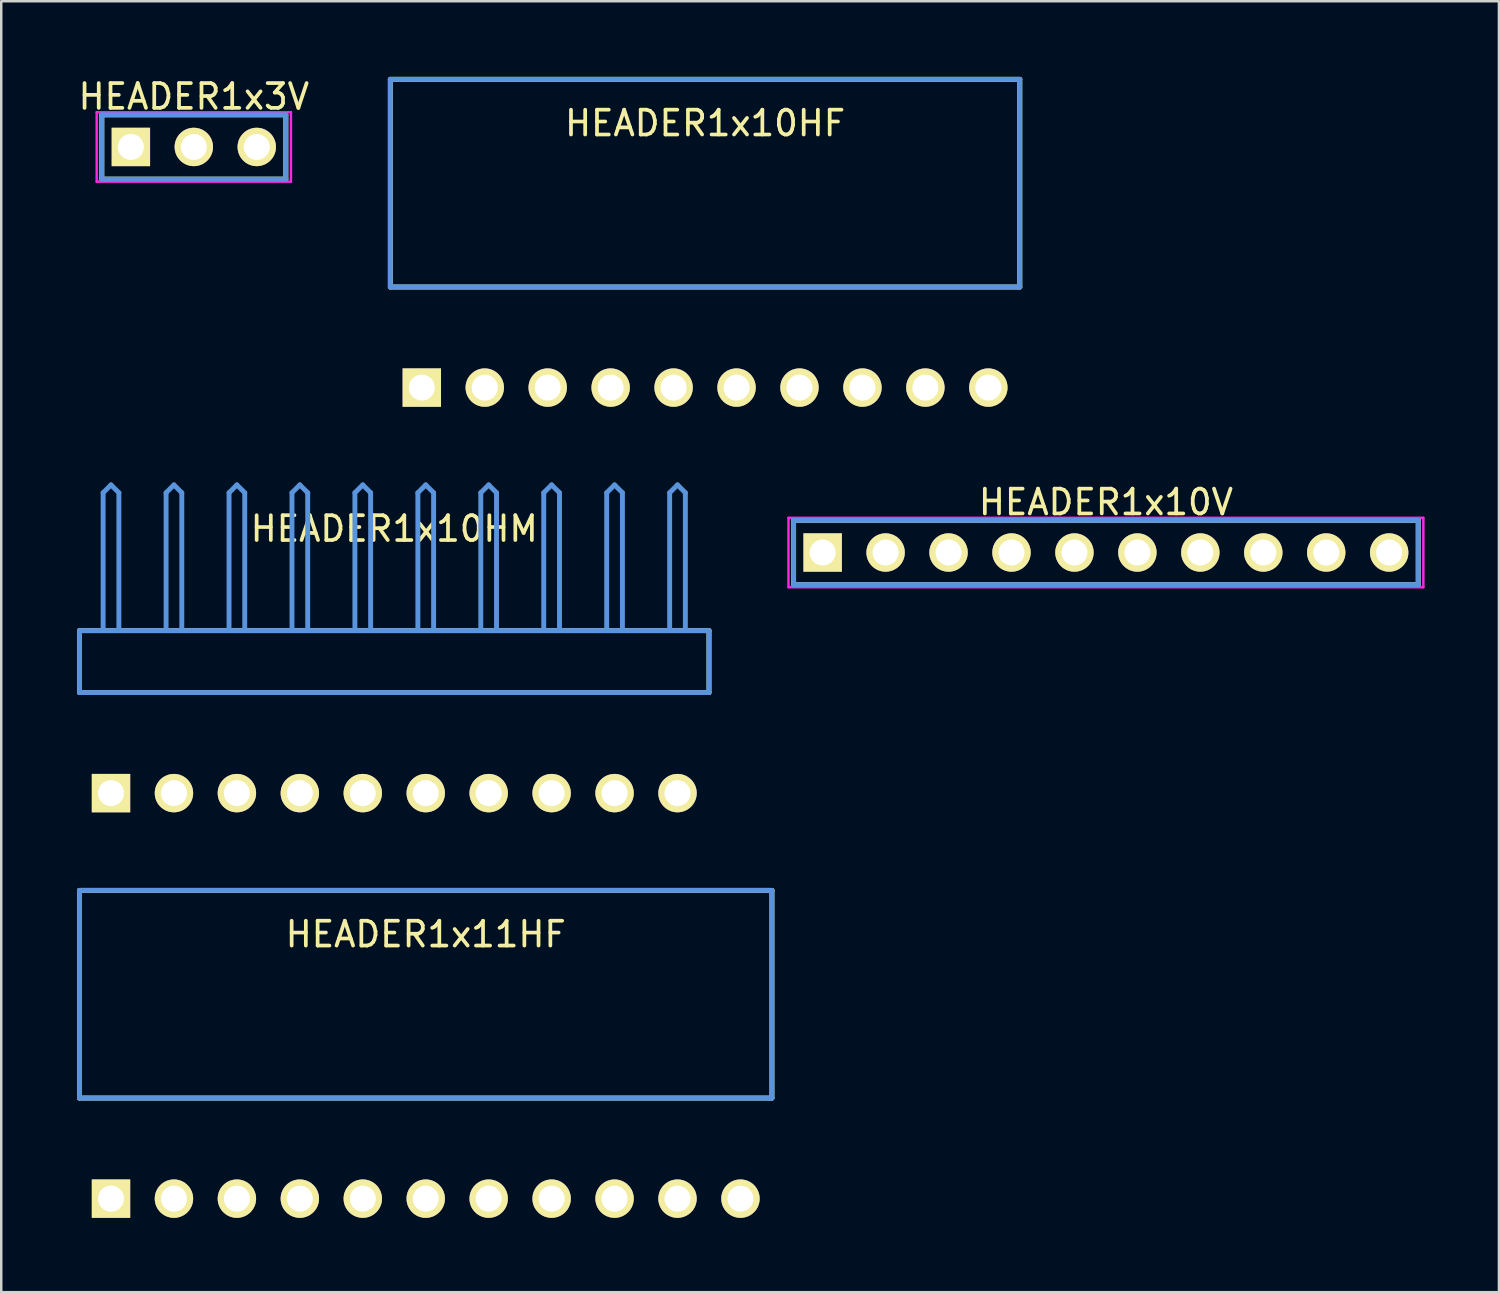
<source format=kicad_pcb>
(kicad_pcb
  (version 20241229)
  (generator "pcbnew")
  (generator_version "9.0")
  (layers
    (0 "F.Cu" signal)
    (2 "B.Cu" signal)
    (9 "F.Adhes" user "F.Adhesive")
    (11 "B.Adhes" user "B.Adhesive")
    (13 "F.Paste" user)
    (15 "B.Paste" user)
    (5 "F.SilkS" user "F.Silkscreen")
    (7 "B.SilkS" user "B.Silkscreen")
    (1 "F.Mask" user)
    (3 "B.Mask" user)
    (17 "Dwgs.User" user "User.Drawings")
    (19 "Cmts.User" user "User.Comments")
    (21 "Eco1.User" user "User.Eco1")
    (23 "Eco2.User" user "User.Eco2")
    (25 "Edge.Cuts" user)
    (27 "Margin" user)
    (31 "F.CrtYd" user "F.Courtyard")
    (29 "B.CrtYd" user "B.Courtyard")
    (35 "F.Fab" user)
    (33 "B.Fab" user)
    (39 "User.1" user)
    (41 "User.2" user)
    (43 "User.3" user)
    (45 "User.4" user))
  (footprint "HEADER1x10V"
    (layer "F.Cu")
    (at 30.146 19.245)
    (property "Reference" "HEADER1x10V" (at 11.43 -2.032 0) (layer "F.SilkS") (effects (font (size 1.001 1.001) (thickness 0.15))))
    (attr through_hole)
    (fp_line (start -1.173 -1.298) (end -1.173 1.298) (stroke (width 0.198) (type solid)) (layer "F.SilkS"))
    (fp_line (start -1.173 1.298) (end 24.033 1.298) (stroke (width 0.198) (type solid)) (layer "F.SilkS"))
    (fp_line (start 24.033 -1.298) (end -1.173 -1.298) (stroke (width 0.198) (type solid)) (layer "F.SilkS"))
    (fp_line (start 24.033 1.298) (end 24.033 -1.298) (stroke (width 0.198) (type solid)) (layer "F.SilkS"))
    (fp_line (start -1.173 -1.298) (end -1.173 1.298) (stroke (width 0.198) (type solid)) (layer "Cmts.User"))
    (fp_line (start -1.173 1.298) (end 24.033 1.298) (stroke (width 0.198) (type solid)) (layer "Cmts.User"))
    (fp_line (start 24.033 -1.298) (end -1.173 -1.298) (stroke (width 0.198) (type solid)) (layer "Cmts.User"))
    (fp_line (start 24.033 1.298) (end 24.033 -1.298) (stroke (width 0.198) (type solid)) (layer "Cmts.User"))
    (fp_line (start -1.379 -1.4) (end -1.379 1.4) (stroke (width 0.099) (type solid)) (layer "F.CrtYd"))
    (fp_line (start -1.379 1.4) (end 24.239 1.4) (stroke (width 0.099) (type solid)) (layer "F.CrtYd"))
    (fp_line (start 24.239 -1.4) (end -1.379 -1.4) (stroke (width 0.099) (type solid)) (layer "F.CrtYd"))
    (fp_line (start 24.239 1.4) (end 24.239 -1.4) (stroke (width 0.099) (type solid)) (layer "F.CrtYd"))
    (pad "1" thru_hole rect (at 0 0) (size 1.549 1.549) (drill 1.049) (layers "*.Cu" "*.Mask" "F.SilkS"))
    (pad "2" thru_hole circle (at 2.54 0) (size 1.549 1.549) (drill 1.049) (layers "*.Cu" "*.Mask" "F.SilkS"))
    (pad "3" thru_hole circle (at 5.08 0) (size 1.549 1.549) (drill 1.049) (layers "*.Cu" "*.Mask" "F.SilkS"))
    (pad "4" thru_hole circle (at 7.62 0) (size 1.549 1.549) (drill 1.049) (layers "*.Cu" "*.Mask" "F.SilkS"))
    (pad "5" thru_hole circle (at 10.16 0) (size 1.549 1.549) (drill 1.049) (layers "*.Cu" "*.Mask" "F.SilkS"))
    (pad "6" thru_hole circle (at 12.7 0) (size 1.549 1.549) (drill 1.049) (layers "*.Cu" "*.Mask" "F.SilkS"))
    (pad "7" thru_hole circle (at 15.24 0) (size 1.549 1.549) (drill 1.049) (layers "*.Cu" "*.Mask" "F.SilkS"))
    (pad "8" thru_hole circle (at 17.78 0) (size 1.549 1.549) (drill 1.049) (layers "*.Cu" "*.Mask" "F.SilkS"))
    (pad "9" thru_hole circle (at 20.32 0) (size 1.549 1.549) (drill 1.049) (layers "*.Cu" "*.Mask" "F.SilkS"))
    (pad "10" thru_hole circle (at 22.86 0) (size 1.549 1.549) (drill 1.049) (layers "*.Cu" "*.Mask" "F.SilkS")))
  (footprint "HEADER1x11HF"
    (layer "F.Cu")
    (at 1.429 45.318)
    (property "Reference" "HEADER1x11HF" (at 12.7 -10.668 0) (layer "F.SilkS") (effects (font (size 1.001 1.001) (thickness 0.15))))
    (attr through_hole)
    (fp_line (start -1.27 -12.438) (end -1.27 -4.059) (stroke (width 0.198) (type solid)) (layer "F.SilkS"))
    (fp_line (start -1.27 -4.059) (end 26.67 -4.059) (stroke (width 0.198) (type solid)) (layer "F.SilkS"))
    (fp_line (start 26.67 -12.438) (end -1.27 -12.438) (stroke (width 0.198) (type solid)) (layer "F.SilkS"))
    (fp_line (start 26.67 -4.059) (end 26.67 -12.438) (stroke (width 0.198) (type solid)) (layer "F.SilkS"))
    (fp_line (start -1.27 -12.438) (end -1.27 -4.059) (stroke (width 0.198) (type solid)) (layer "Cmts.User"))
    (fp_line (start -1.27 -4.059) (end 26.67 -4.059) (stroke (width 0.198) (type solid)) (layer "Cmts.User"))
    (fp_line (start 26.67 -12.438) (end -1.27 -12.438) (stroke (width 0.198) (type solid)) (layer "Cmts.User"))
    (fp_line (start 26.67 -4.059) (end 26.67 -12.438) (stroke (width 0.198) (type solid)) (layer "Cmts.User"))
    (fp_line (start -1.379 -12.54) (end 26.779 -12.54) (stroke (width 0.099) (type solid)) (layer "Eco1.User"))
    (fp_line (start -1.379 -1.14) (end -1.379 -12.54) (stroke (width 0.099) (type solid)) (layer "Eco1.User"))
    (fp_line (start 26.779 -12.54) (end 26.779 -1.14) (stroke (width 0.099) (type solid)) (layer "Eco1.User"))
    (fp_line (start 26.779 -1.14) (end -1.379 -1.14) (stroke (width 0.099) (type solid)) (layer "Eco1.User"))
    (pad "1" thru_hole rect (at 0 0) (size 1.549 1.549) (drill 1.049) (layers "*.Cu" "*.Mask" "F.SilkS"))
    (pad "2" thru_hole circle (at 2.54 0) (size 1.549 1.549) (drill 1.049) (layers "*.Cu" "*.Mask" "F.SilkS"))
    (pad "3" thru_hole circle (at 5.08 0) (size 1.549 1.549) (drill 1.049) (layers "*.Cu" "*.Mask" "F.SilkS"))
    (pad "4" thru_hole circle (at 7.62 0) (size 1.549 1.549) (drill 1.049) (layers "*.Cu" "*.Mask" "F.SilkS"))
    (pad "5" thru_hole circle (at 10.16 0) (size 1.549 1.549) (drill 1.049) (layers "*.Cu" "*.Mask" "F.SilkS"))
    (pad "6" thru_hole circle (at 12.7 0) (size 1.549 1.549) (drill 1.049) (layers "*.Cu" "*.Mask" "F.SilkS"))
    (pad "7" thru_hole circle (at 15.24 0) (size 1.549 1.549) (drill 1.049) (layers "*.Cu" "*.Mask" "F.SilkS"))
    (pad "8" thru_hole circle (at 17.78 0) (size 1.549 1.549) (drill 1.049) (layers "*.Cu" "*.Mask" "F.SilkS"))
    (pad "9" thru_hole circle (at 20.32 0) (size 1.549 1.549) (drill 1.049) (layers "*.Cu" "*.Mask" "F.SilkS"))
    (pad "10" thru_hole circle (at 22.86 0) (size 1.549 1.549) (drill 1.049) (layers "*.Cu" "*.Mask" "F.SilkS"))
    (pad "11" thru_hole circle (at 25.4 0) (size 1.549 1.549) (drill 1.049) (layers "*.Cu" "*.Mask" "F.SilkS")))
  (footprint "HEADER1x10HM"
    (layer "F.Cu")
    (at 1.429 28.954)
    (property "Reference" "HEADER1x10HM" (at 11.43 -10.668 0) (layer "F.SilkS") (effects (font (size 1.001 1.001) (thickness 0.15))))
    (attr through_hole)
    (fp_line (start -1.27 -6.558) (end -1.27 -4.059) (stroke (width 0.198) (type solid)) (layer "F.SilkS"))
    (fp_line (start -1.27 -4.059) (end 24.13 -4.059) (stroke (width 0.198) (type solid)) (layer "F.SilkS"))
    (fp_line (start 24.13 -6.558) (end -1.27 -6.558) (stroke (width 0.198) (type solid)) (layer "F.SilkS"))
    (fp_line (start 24.13 -4.059) (end 24.13 -6.558) (stroke (width 0.198) (type solid)) (layer "F.SilkS"))
    (fp_line (start -1.27 -6.558) (end -1.27 -4.059) (stroke (width 0.198) (type solid)) (layer "Cmts.User"))
    (fp_line (start -1.27 -4.059) (end 24.13 -4.059) (stroke (width 0.198) (type solid)) (layer "Cmts.User"))
    (fp_line (start -0.318 -12.121) (end 0 -12.438) (stroke (width 0.198) (type solid)) (layer "Cmts.User"))
    (fp_line (start -0.318 -6.599) (end -0.318 -12.121) (stroke (width 0.198) (type solid)) (layer "Cmts.User"))
    (fp_line (start 0.318 -12.121) (end 0 -12.438) (stroke (width 0.198) (type solid)) (layer "Cmts.User"))
    (fp_line (start 0.318 -6.599) (end 0.318 -12.121) (stroke (width 0.198) (type solid)) (layer "Cmts.User"))
    (fp_line (start 2.223 -12.121) (end 2.54 -12.438) (stroke (width 0.198) (type solid)) (layer "Cmts.User"))
    (fp_line (start 2.223 -6.599) (end 2.223 -12.121) (stroke (width 0.198) (type solid)) (layer "Cmts.User"))
    (fp_line (start 2.857 -12.121) (end 2.54 -12.438) (stroke (width 0.198) (type solid)) (layer "Cmts.User"))
    (fp_line (start 2.857 -6.599) (end 2.857 -12.121) (stroke (width 0.198) (type solid)) (layer "Cmts.User"))
    (fp_line (start 4.763 -12.121) (end 5.08 -12.438) (stroke (width 0.198) (type solid)) (layer "Cmts.User"))
    (fp_line (start 4.763 -6.599) (end 4.763 -12.121) (stroke (width 0.198) (type solid)) (layer "Cmts.User"))
    (fp_line (start 5.397 -12.121) (end 5.08 -12.438) (stroke (width 0.198) (type solid)) (layer "Cmts.User"))
    (fp_line (start 5.397 -6.599) (end 5.397 -12.121) (stroke (width 0.198) (type solid)) (layer "Cmts.User"))
    (fp_line (start 7.303 -12.121) (end 7.62 -12.438) (stroke (width 0.198) (type solid)) (layer "Cmts.User"))
    (fp_line (start 7.303 -6.599) (end 7.303 -12.121) (stroke (width 0.198) (type solid)) (layer "Cmts.User"))
    (fp_line (start 7.938 -12.121) (end 7.62 -12.438) (stroke (width 0.198) (type solid)) (layer "Cmts.User"))
    (fp_line (start 7.938 -6.599) (end 7.938 -12.121) (stroke (width 0.198) (type solid)) (layer "Cmts.User"))
    (fp_line (start 9.842 -12.121) (end 10.16 -12.438) (stroke (width 0.198) (type solid)) (layer "Cmts.User"))
    (fp_line (start 9.842 -6.599) (end 9.842 -12.121) (stroke (width 0.198) (type solid)) (layer "Cmts.User"))
    (fp_line (start 10.477 -12.121) (end 10.16 -12.438) (stroke (width 0.198) (type solid)) (layer "Cmts.User"))
    (fp_line (start 10.477 -6.599) (end 10.477 -12.121) (stroke (width 0.198) (type solid)) (layer "Cmts.User"))
    (fp_line (start 12.383 -12.121) (end 12.7 -12.438) (stroke (width 0.198) (type solid)) (layer "Cmts.User"))
    (fp_line (start 12.383 -6.599) (end 12.383 -12.121) (stroke (width 0.198) (type solid)) (layer "Cmts.User"))
    (fp_line (start 13.018 -12.121) (end 12.7 -12.438) (stroke (width 0.198) (type solid)) (layer "Cmts.User"))
    (fp_line (start 13.018 -6.599) (end 13.018 -12.121) (stroke (width 0.198) (type solid)) (layer "Cmts.User"))
    (fp_line (start 14.922 -12.121) (end 15.24 -12.438) (stroke (width 0.198) (type solid)) (layer "Cmts.User"))
    (fp_line (start 14.922 -6.599) (end 14.922 -12.121) (stroke (width 0.198) (type solid)) (layer "Cmts.User"))
    (fp_line (start 15.557 -12.121) (end 15.24 -12.438) (stroke (width 0.198) (type solid)) (layer "Cmts.User"))
    (fp_line (start 15.557 -6.599) (end 15.557 -12.121) (stroke (width 0.198) (type solid)) (layer "Cmts.User"))
    (fp_line (start 17.462 -12.121) (end 17.78 -12.438) (stroke (width 0.198) (type solid)) (layer "Cmts.User"))
    (fp_line (start 17.462 -6.599) (end 17.462 -12.121) (stroke (width 0.198) (type solid)) (layer "Cmts.User"))
    (fp_line (start 18.098 -12.121) (end 17.78 -12.438) (stroke (width 0.198) (type solid)) (layer "Cmts.User"))
    (fp_line (start 18.098 -6.599) (end 18.098 -12.121) (stroke (width 0.198) (type solid)) (layer "Cmts.User"))
    (fp_line (start 20.003 -12.121) (end 20.32 -12.438) (stroke (width 0.198) (type solid)) (layer "Cmts.User"))
    (fp_line (start 20.003 -6.599) (end 20.003 -12.121) (stroke (width 0.198) (type solid)) (layer "Cmts.User"))
    (fp_line (start 20.637 -12.121) (end 20.32 -12.438) (stroke (width 0.198) (type solid)) (layer "Cmts.User"))
    (fp_line (start 20.637 -6.599) (end 20.637 -12.121) (stroke (width 0.198) (type solid)) (layer "Cmts.User"))
    (fp_line (start 22.543 -12.121) (end 22.86 -12.438) (stroke (width 0.198) (type solid)) (layer "Cmts.User"))
    (fp_line (start 22.543 -6.599) (end 22.543 -12.121) (stroke (width 0.198) (type solid)) (layer "Cmts.User"))
    (fp_line (start 23.177 -12.121) (end 22.86 -12.438) (stroke (width 0.198) (type solid)) (layer "Cmts.User"))
    (fp_line (start 23.177 -6.599) (end 23.177 -12.121) (stroke (width 0.198) (type solid)) (layer "Cmts.User"))
    (fp_line (start 24.13 -6.558) (end -1.27 -6.558) (stroke (width 0.198) (type solid)) (layer "Cmts.User"))
    (fp_line (start 24.13 -4.059) (end 24.13 -6.558) (stroke (width 0.198) (type solid)) (layer "Cmts.User"))
    (fp_line (start -1.379 -12.54) (end 24.239 -12.54) (stroke (width 0.099) (type solid)) (layer "Eco1.User"))
    (fp_line (start -1.379 -1.14) (end -1.379 -12.54) (stroke (width 0.099) (type solid)) (layer "Eco1.User"))
    (fp_line (start 24.239 -12.54) (end 24.239 -1.14) (stroke (width 0.099) (type solid)) (layer "Eco1.User"))
    (fp_line (start 24.239 -1.14) (end -1.379 -1.14) (stroke (width 0.099) (type solid)) (layer "Eco1.User"))
    (pad "1" thru_hole rect (at 0 0) (size 1.549 1.549) (drill 1.049) (layers "*.Cu" "*.Mask" "F.SilkS"))
    (pad "2" thru_hole circle (at 2.54 0) (size 1.549 1.549) (drill 1.049) (layers "*.Cu" "*.Mask" "F.SilkS"))
    (pad "3" thru_hole circle (at 5.08 0) (size 1.549 1.549) (drill 1.049) (layers "*.Cu" "*.Mask" "F.SilkS"))
    (pad "4" thru_hole circle (at 7.62 0) (size 1.549 1.549) (drill 1.049) (layers "*.Cu" "*.Mask" "F.SilkS"))
    (pad "5" thru_hole circle (at 10.16 0) (size 1.549 1.549) (drill 1.049) (layers "*.Cu" "*.Mask" "F.SilkS"))
    (pad "6" thru_hole circle (at 12.7 0) (size 1.549 1.549) (drill 1.049) (layers "*.Cu" "*.Mask" "F.SilkS"))
    (pad "7" thru_hole circle (at 15.24 0) (size 1.549 1.549) (drill 1.049) (layers "*.Cu" "*.Mask" "F.SilkS"))
    (pad "8" thru_hole circle (at 17.78 0) (size 1.549 1.549) (drill 1.049) (layers "*.Cu" "*.Mask" "F.SilkS"))
    (pad "9" thru_hole circle (at 20.32 0) (size 1.549 1.549) (drill 1.049) (layers "*.Cu" "*.Mask" "F.SilkS"))
    (pad "10" thru_hole circle (at 22.86 0) (size 1.549 1.549) (drill 1.049) (layers "*.Cu" "*.Mask" "F.SilkS")))
  (footprint "HEADER1x3V"
    (layer "F.Cu")
    (at 2.231 2.88)
    (property "Reference" "HEADER1x3V" (at 2.54 -2.032 0) (layer "F.SilkS") (effects (font (size 1.001 1.001) (thickness 0.15))))
    (attr through_hole)
    (fp_line (start -1.173 -1.298) (end -1.173 1.298) (stroke (width 0.198) (type solid)) (layer "F.SilkS"))
    (fp_line (start -1.173 1.298) (end 6.253 1.298) (stroke (width 0.198) (type solid)) (layer "F.SilkS"))
    (fp_line (start 6.253 -1.298) (end -1.173 -1.298) (stroke (width 0.198) (type solid)) (layer "F.SilkS"))
    (fp_line (start 6.253 1.298) (end 6.253 -1.298) (stroke (width 0.198) (type solid)) (layer "F.SilkS"))
    (fp_line (start -1.173 -1.298) (end -1.173 1.298) (stroke (width 0.198) (type solid)) (layer "Cmts.User"))
    (fp_line (start -1.173 1.298) (end 6.253 1.298) (stroke (width 0.198) (type solid)) (layer "Cmts.User"))
    (fp_line (start 6.253 -1.298) (end -1.173 -1.298) (stroke (width 0.198) (type solid)) (layer "Cmts.User"))
    (fp_line (start 6.253 1.298) (end 6.253 -1.298) (stroke (width 0.198) (type solid)) (layer "Cmts.User"))
    (fp_line (start -1.379 -1.4) (end -1.379 1.4) (stroke (width 0.099) (type solid)) (layer "F.CrtYd"))
    (fp_line (start -1.379 1.4) (end 6.459 1.4) (stroke (width 0.099) (type solid)) (layer "F.CrtYd"))
    (fp_line (start 6.459 -1.4) (end -1.379 -1.4) (stroke (width 0.099) (type solid)) (layer "F.CrtYd"))
    (fp_line (start 6.459 1.4) (end 6.459 -1.4) (stroke (width 0.099) (type solid)) (layer "F.CrtYd"))
    (pad "1" thru_hole rect (at 0 0) (size 1.549 1.549) (drill 1.049) (layers "*.Cu" "*.Mask" "F.SilkS"))
    (pad "2" thru_hole circle (at 2.54 0) (size 1.549 1.549) (drill 1.049) (layers "*.Cu" "*.Mask" "F.SilkS"))
    (pad "3" thru_hole circle (at 5.08 0) (size 1.549 1.549) (drill 1.049) (layers "*.Cu" "*.Mask" "F.SilkS")))
  (footprint "HEADER1x10HF"
    (layer "F.Cu")
    (at 13.971 12.59)
    (property "Reference" "HEADER1x10HF" (at 11.43 -10.668 0) (layer "F.SilkS") (effects (font (size 1.001 1.001) (thickness 0.15))))
    (attr through_hole)
    (fp_line (start -1.27 -12.438) (end -1.27 -4.059) (stroke (width 0.198) (type solid)) (layer "F.SilkS"))
    (fp_line (start -1.27 -4.059) (end 24.13 -4.059) (stroke (width 0.198) (type solid)) (layer "F.SilkS"))
    (fp_line (start 24.13 -12.438) (end -1.27 -12.438) (stroke (width 0.198) (type solid)) (layer "F.SilkS"))
    (fp_line (start 24.13 -4.059) (end 24.13 -12.438) (stroke (width 0.198) (type solid)) (layer "F.SilkS"))
    (fp_line (start -1.27 -12.438) (end -1.27 -4.059) (stroke (width 0.198) (type solid)) (layer "Cmts.User"))
    (fp_line (start -1.27 -4.059) (end 24.13 -4.059) (stroke (width 0.198) (type solid)) (layer "Cmts.User"))
    (fp_line (start 24.13 -12.438) (end -1.27 -12.438) (stroke (width 0.198) (type solid)) (layer "Cmts.User"))
    (fp_line (start 24.13 -4.059) (end 24.13 -12.438) (stroke (width 0.198) (type solid)) (layer "Cmts.User"))
    (fp_line (start -1.379 -12.54) (end 24.239 -12.54) (stroke (width 0.099) (type solid)) (layer "Eco1.User"))
    (fp_line (start -1.379 -1.14) (end -1.379 -12.54) (stroke (width 0.099) (type solid)) (layer "Eco1.User"))
    (fp_line (start 24.239 -12.54) (end 24.239 -1.14) (stroke (width 0.099) (type solid)) (layer "Eco1.User"))
    (fp_line (start 24.239 -1.14) (end -1.379 -1.14) (stroke (width 0.099) (type solid)) (layer "Eco1.User"))
    (pad "1" thru_hole rect (at 0 0) (size 1.549 1.549) (drill 1.049) (layers "*.Cu" "*.Mask" "F.SilkS"))
    (pad "2" thru_hole circle (at 2.54 0) (size 1.549 1.549) (drill 1.049) (layers "*.Cu" "*.Mask" "F.SilkS"))
    (pad "3" thru_hole circle (at 5.08 0) (size 1.549 1.549) (drill 1.049) (layers "*.Cu" "*.Mask" "F.SilkS"))
    (pad "4" thru_hole circle (at 7.62 0) (size 1.549 1.549) (drill 1.049) (layers "*.Cu" "*.Mask" "F.SilkS"))
    (pad "5" thru_hole circle (at 10.16 0) (size 1.549 1.549) (drill 1.049) (layers "*.Cu" "*.Mask" "F.SilkS"))
    (pad "6" thru_hole circle (at 12.7 0) (size 1.549 1.549) (drill 1.049) (layers "*.Cu" "*.Mask" "F.SilkS"))
    (pad "7" thru_hole circle (at 15.24 0) (size 1.549 1.549) (drill 1.049) (layers "*.Cu" "*.Mask" "F.SilkS"))
    (pad "8" thru_hole circle (at 17.78 0) (size 1.549 1.549) (drill 1.049) (layers "*.Cu" "*.Mask" "F.SilkS"))
    (pad "9" thru_hole circle (at 20.32 0) (size 1.549 1.549) (drill 1.049) (layers "*.Cu" "*.Mask" "F.SilkS"))
    (pad "10" thru_hole circle (at 22.86 0) (size 1.549 1.549) (drill 1.049) (layers "*.Cu" "*.Mask" "F.SilkS")))
  (gr_rect
    (start -3 -3)
    (end 57.435 49.093)
    (stroke (width 0.1) (type default))
    (fill no)
    (layer "Edge.Cuts")))
</source>
